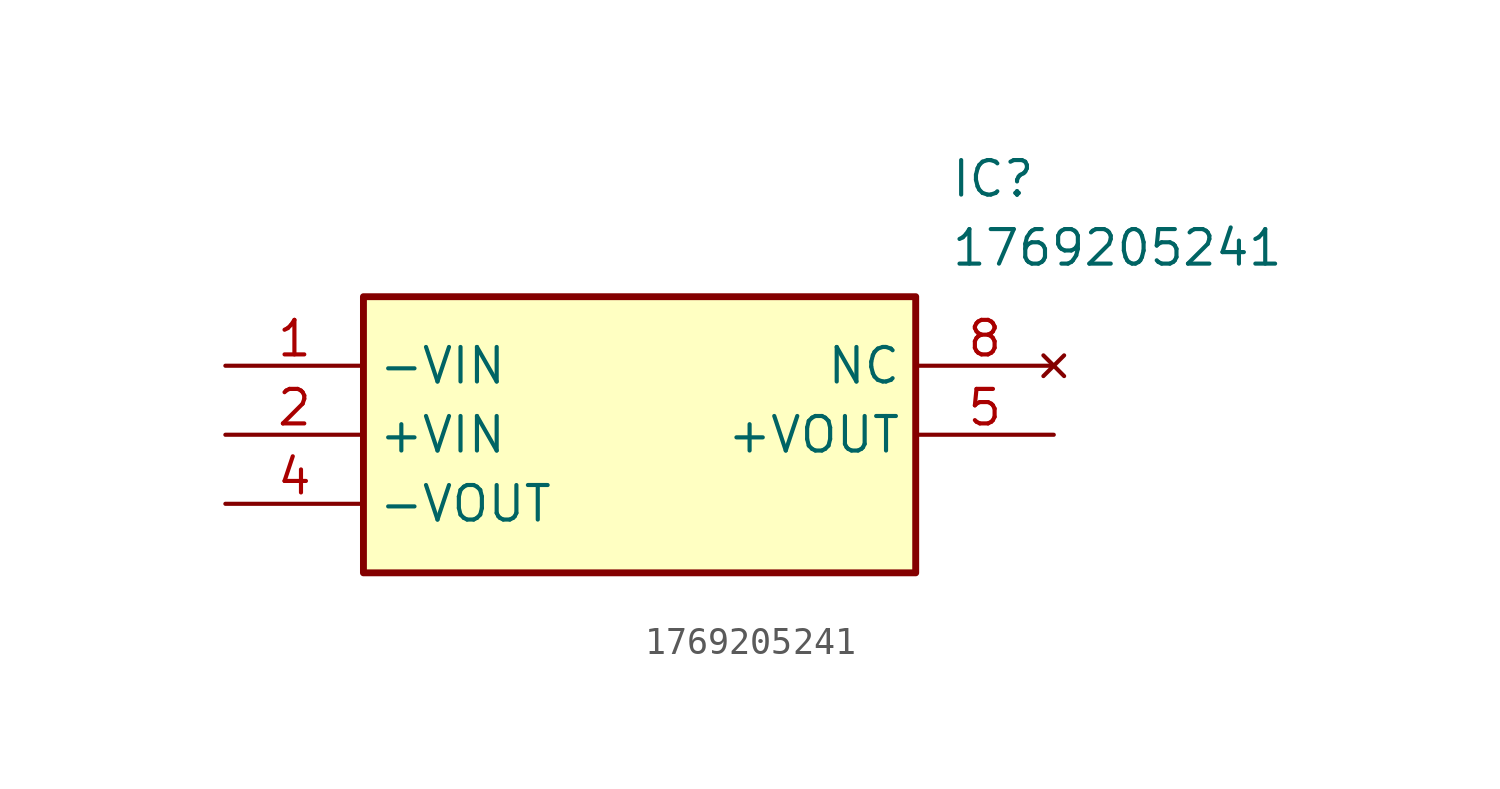
<source format=kicad_sym>
(kicad_symbol_lib
  (version 20211014)
  (generator SamacSys_ECAD_Model)
  (symbol "1769205241"
    (property "Reference" "IC"
      (at 26.67 7.62 0)
      (effects (font (size 1.27 1.27)) (justify left top)))
    (property "Value" "1769205241"
      (at 26.67 5.08 0)
      (effects (font (size 1.27 1.27)) (justify left top)))
    (rectangle
      (start 5.08 2.54)
      (end 25.4 -7.62)
      (stroke (width 0.254) (type default))
      (fill (type background)))
    (pin passive line
      (at 0 0 0)
      (length 5.08)
      (name "-VIN" (effects (font (size 1.27 1.27))))
      (number "1" (effects (font (size 1.27 1.27)))))
    (pin passive line
      (at 0 -2.54 0)
      (length 5.08)
      (name "+VIN" (effects (font (size 1.27 1.27))))
      (number "2" (effects (font (size 1.27 1.27)))))
    (pin passive line
      (at 0 -5.08 0)
      (length 5.08)
      (name "-VOUT" (effects (font (size 1.27 1.27))))
      (number "4" (effects (font (size 1.27 1.27)))))
    (pin passive line
      (at 30.48 -2.54 180)
      (length 5.08)
      (name "+VOUT" (effects (font (size 1.27 1.27))))
      (number "5" (effects (font (size 1.27 1.27)))))
    (pin no_connect line
      (at 30.48 0 180)
      (length 5.08)
      (name "NC" (effects (font (size 1.27 1.27))))
      (number "8" (effects (font (size 1.27 1.27)))))))
</source>
